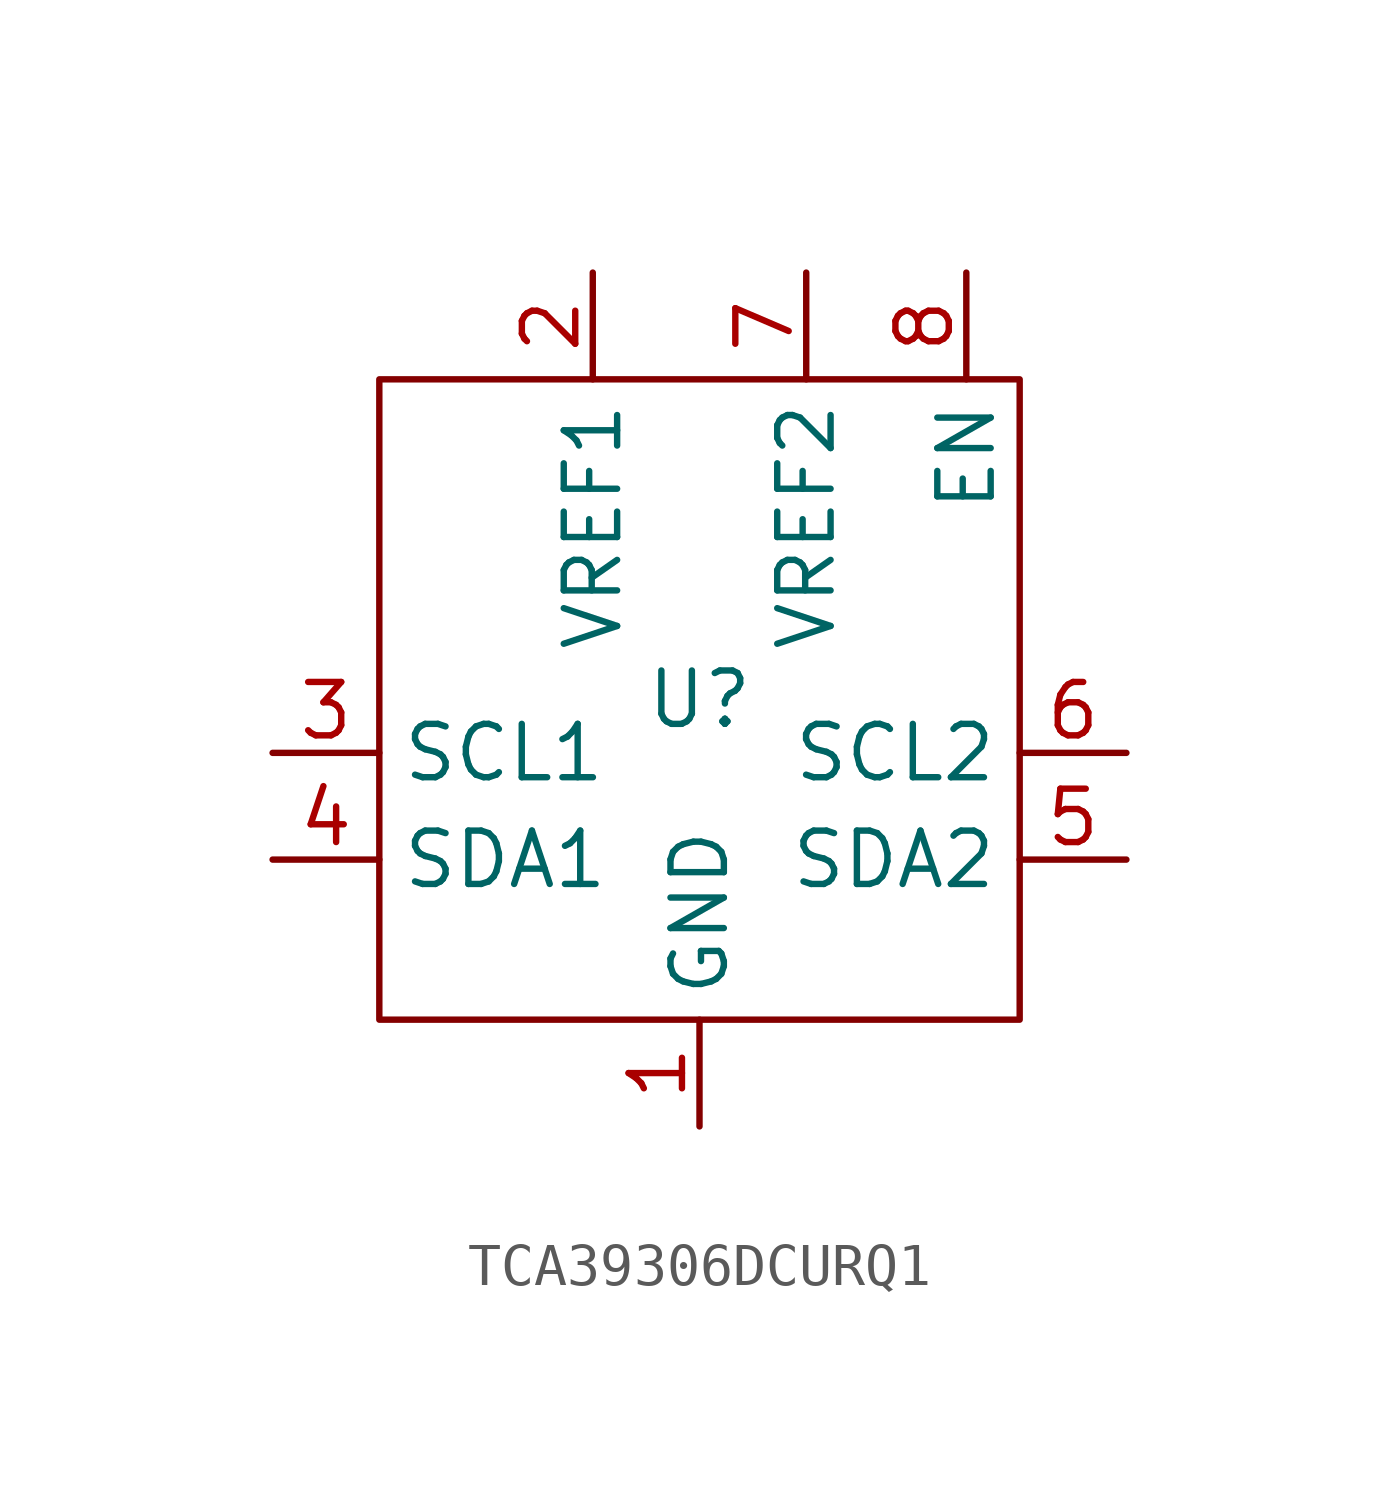
<source format=kicad_sym>
(kicad_symbol_lib
  (version 20231120)
  (generator "kicad_symbol_editor")
  (generator_version "8.0")
  (symbol "TCA39306DCURQ1"
    (property "Reference" "U"
      (at 0 0 0)
      (effects (font (size 1.27 1.27))))
    (property "Value" ""
      (at 0 0 0)
      (effects (font (size 1.27 1.27))))
    (symbol "TCA39306DCURQ1_0_1"
      (rectangle (start -7.62 7.62) (end 7.62 -7.62) (stroke (width 0) (type default)) (fill (type none))))
    (symbol "TCA39306DCURQ1_1_1"
      (pin power_in line (at 0 -10.16 90) (length 2.54) (name "GND" (effects (font (size 1.27 1.27)))) (number "1" (effects (font (size 1.27 1.27)))))
      (pin input line (at -2.54 10.16 270) (length 2.54) (name "VREF1" (effects (font (size 1.27 1.27)))) (number "2" (effects (font (size 1.27 1.27)))))
      (pin input line (at -10.16 -1.27 0) (length 2.54) (name "SCL1" (effects (font (size 1.27 1.27)))) (number "3" (effects (font (size 1.27 1.27)))))
      (pin input line (at -10.16 -3.81 0) (length 2.54) (name "SDA1" (effects (font (size 1.27 1.27)))) (number "4" (effects (font (size 1.27 1.27)))))
      (pin input line (at 10.16 -3.81 180) (length 2.54) (name "SDA2" (effects (font (size 1.27 1.27)))) (number "5" (effects (font (size 1.27 1.27)))))
      (pin input line (at 10.16 -1.27 180) (length 2.54) (name "SCL2" (effects (font (size 1.27 1.27)))) (number "6" (effects (font (size 1.27 1.27)))))
      (pin input line (at 2.54 10.16 270) (length 2.54) (name "VREF2" (effects (font (size 1.27 1.27)))) (number "7" (effects (font (size 1.27 1.27)))))
      (pin input line (at 6.35 10.16 270) (length 2.54) (name "EN" (effects (font (size 1.27 1.27)))) (number "8" (effects (font (size 1.27 1.27))))))))
</source>
